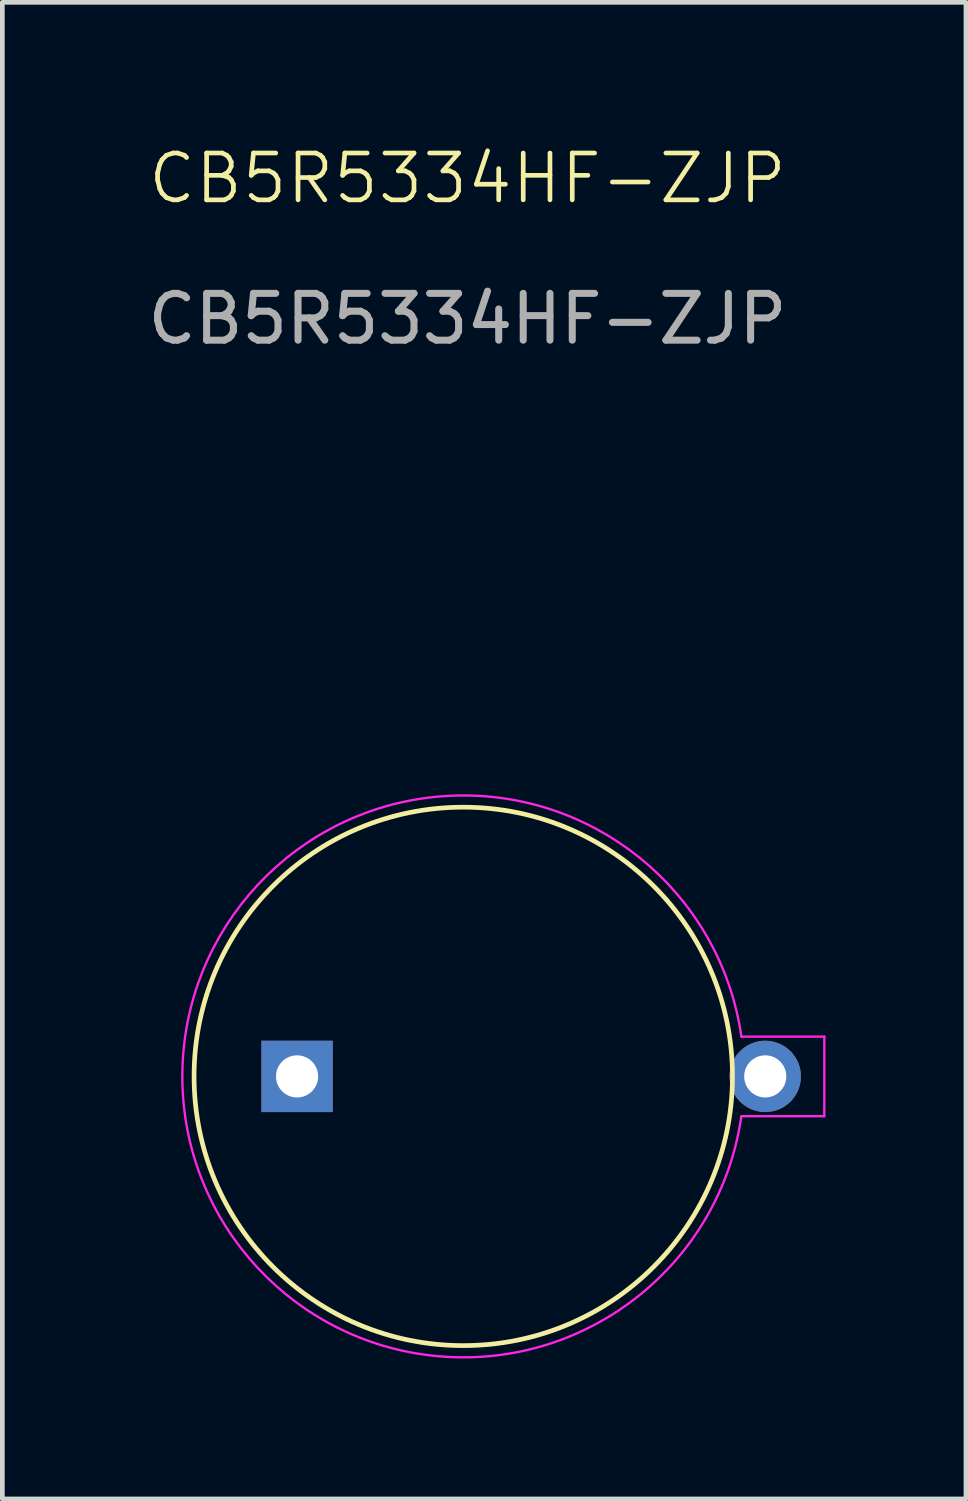
<source format=kicad_pcb>
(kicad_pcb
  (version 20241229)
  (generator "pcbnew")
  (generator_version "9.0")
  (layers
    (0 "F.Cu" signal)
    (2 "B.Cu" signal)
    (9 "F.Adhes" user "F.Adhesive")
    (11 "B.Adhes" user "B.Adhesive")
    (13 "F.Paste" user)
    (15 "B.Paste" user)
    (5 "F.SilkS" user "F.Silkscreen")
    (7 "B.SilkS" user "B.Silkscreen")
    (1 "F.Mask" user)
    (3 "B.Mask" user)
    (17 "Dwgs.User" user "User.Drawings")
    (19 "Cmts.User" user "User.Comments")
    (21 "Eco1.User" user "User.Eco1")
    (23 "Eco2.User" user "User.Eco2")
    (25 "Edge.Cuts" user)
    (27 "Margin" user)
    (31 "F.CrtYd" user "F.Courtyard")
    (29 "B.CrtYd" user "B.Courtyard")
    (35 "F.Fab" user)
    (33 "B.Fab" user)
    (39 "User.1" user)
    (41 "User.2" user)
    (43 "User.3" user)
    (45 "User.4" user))
  (footprint "CB5R5334HF-ZJP"
    (layer "F.Cu")
    (at 6.845 19.941)
    (property "Reference" "CB5R5334HF-ZJP" (at 0.09 -19.18 0) (unlocked yes) (layer "F.SilkS") (effects (font (size 1 1) (thickness 0.1))))
    (attr through_hole)
    (fp_circle (center 0 0) (end 5.75 0) (stroke (width 0.1) (type default)) (fill no) (layer "F.SilkS"))
    (fp_line (start 7.712 -0.85) (end 5.94 -0.85) (stroke (width 0.05) (type default)) (layer "F.CrtYd"))
    (fp_line (start 7.712 0.85) (end 5.939 0.85) (stroke (width 0.05) (type default)) (layer "F.CrtYd"))
    (fp_line (start 7.712 0.85) (end 7.712 -0.85) (stroke (width 0.05) (type default)) (layer "F.CrtYd"))
    (fp_arc (start 5.93859 0.859796) (mid -6.000506 -0.004948) (end 5.94 -0.85) (stroke (width 0.05) (type default)) (layer "F.CrtYd"))
    (fp_text user "${REFERENCE}" (at 0.09 -16.18 0) (unlocked yes) (layer "F.Fab") (effects (font (size 1 1) (thickness 0.15))))
    (pad "1" thru_hole rect (at -3.55 0) (size 1.524 1.524) (drill 0.9) (layers "*.Cu" "*.Mask"))
    (pad "2" thru_hole circle (at 6.45 0) (size 1.524 1.524) (drill 0.9) (layers "*.Cu" "*.Mask")))
  (gr_rect
    (start -3 -3)
    (end 17.582 28.966)
    (stroke (width 0.1) (type default))
    (fill no)
    (layer "Edge.Cuts")))
</source>
